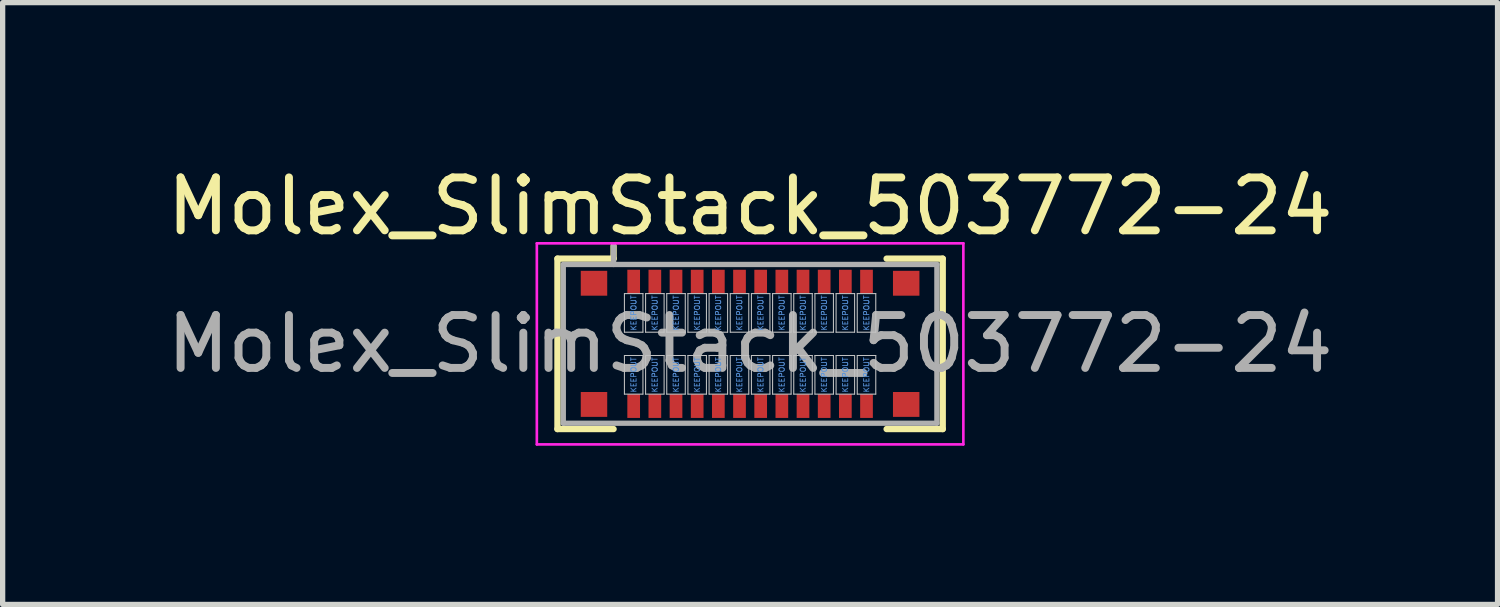
<source format=kicad_pcb>
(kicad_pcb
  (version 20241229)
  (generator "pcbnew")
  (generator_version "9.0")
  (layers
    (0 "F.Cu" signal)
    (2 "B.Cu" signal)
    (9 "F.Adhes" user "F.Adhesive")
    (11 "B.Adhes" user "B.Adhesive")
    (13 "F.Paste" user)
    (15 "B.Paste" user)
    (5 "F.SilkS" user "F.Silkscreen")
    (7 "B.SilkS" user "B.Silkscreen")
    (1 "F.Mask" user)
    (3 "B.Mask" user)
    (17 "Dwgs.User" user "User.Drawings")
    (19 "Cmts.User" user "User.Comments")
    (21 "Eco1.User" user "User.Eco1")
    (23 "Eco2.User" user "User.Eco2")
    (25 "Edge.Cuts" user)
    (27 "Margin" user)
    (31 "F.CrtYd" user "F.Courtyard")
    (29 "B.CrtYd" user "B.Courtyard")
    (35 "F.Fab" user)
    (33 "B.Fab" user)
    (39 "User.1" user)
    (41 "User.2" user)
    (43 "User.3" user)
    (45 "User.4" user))
  (footprint "Molex_SlimStack_503772-24"
    (layer "F.Cu")
    (at 11.125 3.448)
    (property "Reference" "Molex_SlimStack_503772-24" (at 0 -2.6 0) (layer "F.SilkS") (effects (font (size 1 1) (thickness 0.15))))
    (attr smd)
    (fp_line (start -3.64 -1.61) (end -2.58 -1.61) (stroke (width 0.12) (type solid)) (layer "F.SilkS"))
    (fp_line (start -3.64 1.61) (end -3.64 -1.61) (stroke (width 0.12) (type solid)) (layer "F.SilkS"))
    (fp_line (start -2.58 -1.61) (end -2.58 -1.85) (stroke (width 0.12) (type solid)) (layer "F.SilkS"))
    (fp_line (start -2.58 1.61) (end -3.64 1.61) (stroke (width 0.12) (type solid)) (layer "F.SilkS"))
    (fp_line (start 2.58 1.61) (end 3.64 1.61) (stroke (width 0.12) (type solid)) (layer "F.SilkS"))
    (fp_line (start 3.64 -1.61) (end 2.58 -1.61) (stroke (width 0.12) (type solid)) (layer "F.SilkS"))
    (fp_line (start 3.64 1.61) (end 3.64 -1.61) (stroke (width 0.12) (type solid)) (layer "F.SilkS"))
    (fp_line (start -2.375 -0.95) (end -2.375 -0.22) (stroke (width 0.02) (type solid)) (layer "Dwgs.User"))
    (fp_line (start -2.375 -0.22) (end -2.025 -0.22) (stroke (width 0.02) (type solid)) (layer "Dwgs.User"))
    (fp_line (start -2.375 0.22) (end -2.375 0.95) (stroke (width 0.02) (type solid)) (layer "Dwgs.User"))
    (fp_line (start -2.375 0.95) (end -2.025 0.95) (stroke (width 0.02) (type solid)) (layer "Dwgs.User"))
    (fp_line (start -2.025 -0.95) (end -2.375 -0.95) (stroke (width 0.02) (type solid)) (layer "Dwgs.User"))
    (fp_line (start -2.025 -0.22) (end -2.025 -0.95) (stroke (width 0.02) (type solid)) (layer "Dwgs.User"))
    (fp_line (start -2.025 0.22) (end -2.375 0.22) (stroke (width 0.02) (type solid)) (layer "Dwgs.User"))
    (fp_line (start -2.025 0.95) (end -2.025 0.22) (stroke (width 0.02) (type solid)) (layer "Dwgs.User"))
    (fp_line (start -1.975 -0.95) (end -1.975 -0.22) (stroke (width 0.02) (type solid)) (layer "Dwgs.User"))
    (fp_line (start -1.975 -0.22) (end -1.625 -0.22) (stroke (width 0.02) (type solid)) (layer "Dwgs.User"))
    (fp_line (start -1.975 0.22) (end -1.975 0.95) (stroke (width 0.02) (type solid)) (layer "Dwgs.User"))
    (fp_line (start -1.975 0.95) (end -1.625 0.95) (stroke (width 0.02) (type solid)) (layer "Dwgs.User"))
    (fp_line (start -1.625 -0.95) (end -1.975 -0.95) (stroke (width 0.02) (type solid)) (layer "Dwgs.User"))
    (fp_line (start -1.625 -0.22) (end -1.625 -0.95) (stroke (width 0.02) (type solid)) (layer "Dwgs.User"))
    (fp_line (start -1.625 0.22) (end -1.975 0.22) (stroke (width 0.02) (type solid)) (layer "Dwgs.User"))
    (fp_line (start -1.625 0.95) (end -1.625 0.22) (stroke (width 0.02) (type solid)) (layer "Dwgs.User"))
    (fp_line (start -1.575 -0.95) (end -1.575 -0.22) (stroke (width 0.02) (type solid)) (layer "Dwgs.User"))
    (fp_line (start -1.575 -0.22) (end -1.225 -0.22) (stroke (width 0.02) (type solid)) (layer "Dwgs.User"))
    (fp_line (start -1.575 0.22) (end -1.575 0.95) (stroke (width 0.02) (type solid)) (layer "Dwgs.User"))
    (fp_line (start -1.575 0.95) (end -1.225 0.95) (stroke (width 0.02) (type solid)) (layer "Dwgs.User"))
    (fp_line (start -1.225 -0.95) (end -1.575 -0.95) (stroke (width 0.02) (type solid)) (layer "Dwgs.User"))
    (fp_line (start -1.225 -0.22) (end -1.225 -0.95) (stroke (width 0.02) (type solid)) (layer "Dwgs.User"))
    (fp_line (start -1.225 0.22) (end -1.575 0.22) (stroke (width 0.02) (type solid)) (layer "Dwgs.User"))
    (fp_line (start -1.225 0.95) (end -1.225 0.22) (stroke (width 0.02) (type solid)) (layer "Dwgs.User"))
    (fp_line (start -1.175 -0.95) (end -1.175 -0.22) (stroke (width 0.02) (type solid)) (layer "Dwgs.User"))
    (fp_line (start -1.175 -0.22) (end -0.825 -0.22) (stroke (width 0.02) (type solid)) (layer "Dwgs.User"))
    (fp_line (start -1.175 0.22) (end -1.175 0.95) (stroke (width 0.02) (type solid)) (layer "Dwgs.User"))
    (fp_line (start -1.175 0.95) (end -0.825 0.95) (stroke (width 0.02) (type solid)) (layer "Dwgs.User"))
    (fp_line (start -0.825 -0.95) (end -1.175 -0.95) (stroke (width 0.02) (type solid)) (layer "Dwgs.User"))
    (fp_line (start -0.825 -0.22) (end -0.825 -0.95) (stroke (width 0.02) (type solid)) (layer "Dwgs.User"))
    (fp_line (start -0.825 0.22) (end -1.175 0.22) (stroke (width 0.02) (type solid)) (layer "Dwgs.User"))
    (fp_line (start -0.825 0.95) (end -0.825 0.22) (stroke (width 0.02) (type solid)) (layer "Dwgs.User"))
    (fp_line (start -0.775 -0.95) (end -0.775 -0.22) (stroke (width 0.02) (type solid)) (layer "Dwgs.User"))
    (fp_line (start -0.775 -0.22) (end -0.425 -0.22) (stroke (width 0.02) (type solid)) (layer "Dwgs.User"))
    (fp_line (start -0.775 0.22) (end -0.775 0.95) (stroke (width 0.02) (type solid)) (layer "Dwgs.User"))
    (fp_line (start -0.775 0.95) (end -0.425 0.95) (stroke (width 0.02) (type solid)) (layer "Dwgs.User"))
    (fp_line (start -0.425 -0.95) (end -0.775 -0.95) (stroke (width 0.02) (type solid)) (layer "Dwgs.User"))
    (fp_line (start -0.425 -0.22) (end -0.425 -0.95) (stroke (width 0.02) (type solid)) (layer "Dwgs.User"))
    (fp_line (start -0.425 0.22) (end -0.775 0.22) (stroke (width 0.02) (type solid)) (layer "Dwgs.User"))
    (fp_line (start -0.425 0.95) (end -0.425 0.22) (stroke (width 0.02) (type solid)) (layer "Dwgs.User"))
    (fp_line (start -0.375 -0.95) (end -0.375 -0.22) (stroke (width 0.02) (type solid)) (layer "Dwgs.User"))
    (fp_line (start -0.375 -0.22) (end -0.025 -0.22) (stroke (width 0.02) (type solid)) (layer "Dwgs.User"))
    (fp_line (start -0.375 0.22) (end -0.375 0.95) (stroke (width 0.02) (type solid)) (layer "Dwgs.User"))
    (fp_line (start -0.375 0.95) (end -0.025 0.95) (stroke (width 0.02) (type solid)) (layer "Dwgs.User"))
    (fp_line (start -0.025 -0.95) (end -0.375 -0.95) (stroke (width 0.02) (type solid)) (layer "Dwgs.User"))
    (fp_line (start -0.025 -0.22) (end -0.025 -0.95) (stroke (width 0.02) (type solid)) (layer "Dwgs.User"))
    (fp_line (start -0.025 0.22) (end -0.375 0.22) (stroke (width 0.02) (type solid)) (layer "Dwgs.User"))
    (fp_line (start -0.025 0.95) (end -0.025 0.22) (stroke (width 0.02) (type solid)) (layer "Dwgs.User"))
    (fp_line (start 0.025 -0.95) (end 0.025 -0.22) (stroke (width 0.02) (type solid)) (layer "Dwgs.User"))
    (fp_line (start 0.025 -0.22) (end 0.375 -0.22) (stroke (width 0.02) (type solid)) (layer "Dwgs.User"))
    (fp_line (start 0.025 0.22) (end 0.025 0.95) (stroke (width 0.02) (type solid)) (layer "Dwgs.User"))
    (fp_line (start 0.025 0.95) (end 0.375 0.95) (stroke (width 0.02) (type solid)) (layer "Dwgs.User"))
    (fp_line (start 0.375 -0.95) (end 0.025 -0.95) (stroke (width 0.02) (type solid)) (layer "Dwgs.User"))
    (fp_line (start 0.375 -0.22) (end 0.375 -0.95) (stroke (width 0.02) (type solid)) (layer "Dwgs.User"))
    (fp_line (start 0.375 0.22) (end 0.025 0.22) (stroke (width 0.02) (type solid)) (layer "Dwgs.User"))
    (fp_line (start 0.375 0.95) (end 0.375 0.22) (stroke (width 0.02) (type solid)) (layer "Dwgs.User"))
    (fp_line (start 0.425 -0.95) (end 0.425 -0.22) (stroke (width 0.02) (type solid)) (layer "Dwgs.User"))
    (fp_line (start 0.425 -0.22) (end 0.775 -0.22) (stroke (width 0.02) (type solid)) (layer "Dwgs.User"))
    (fp_line (start 0.425 0.22) (end 0.425 0.95) (stroke (width 0.02) (type solid)) (layer "Dwgs.User"))
    (fp_line (start 0.425 0.95) (end 0.775 0.95) (stroke (width 0.02) (type solid)) (layer "Dwgs.User"))
    (fp_line (start 0.775 -0.95) (end 0.425 -0.95) (stroke (width 0.02) (type solid)) (layer "Dwgs.User"))
    (fp_line (start 0.775 -0.22) (end 0.775 -0.95) (stroke (width 0.02) (type solid)) (layer "Dwgs.User"))
    (fp_line (start 0.775 0.22) (end 0.425 0.22) (stroke (width 0.02) (type solid)) (layer "Dwgs.User"))
    (fp_line (start 0.775 0.95) (end 0.775 0.22) (stroke (width 0.02) (type solid)) (layer "Dwgs.User"))
    (fp_line (start 0.825 -0.95) (end 0.825 -0.22) (stroke (width 0.02) (type solid)) (layer "Dwgs.User"))
    (fp_line (start 0.825 -0.22) (end 1.175 -0.22) (stroke (width 0.02) (type solid)) (layer "Dwgs.User"))
    (fp_line (start 0.825 0.22) (end 0.825 0.95) (stroke (width 0.02) (type solid)) (layer "Dwgs.User"))
    (fp_line (start 0.825 0.95) (end 1.175 0.95) (stroke (width 0.02) (type solid)) (layer "Dwgs.User"))
    (fp_line (start 1.175 -0.95) (end 0.825 -0.95) (stroke (width 0.02) (type solid)) (layer "Dwgs.User"))
    (fp_line (start 1.175 -0.22) (end 1.175 -0.95) (stroke (width 0.02) (type solid)) (layer "Dwgs.User"))
    (fp_line (start 1.175 0.22) (end 0.825 0.22) (stroke (width 0.02) (type solid)) (layer "Dwgs.User"))
    (fp_line (start 1.175 0.95) (end 1.175 0.22) (stroke (width 0.02) (type solid)) (layer "Dwgs.User"))
    (fp_line (start 1.225 -0.95) (end 1.225 -0.22) (stroke (width 0.02) (type solid)) (layer "Dwgs.User"))
    (fp_line (start 1.225 -0.22) (end 1.575 -0.22) (stroke (width 0.02) (type solid)) (layer "Dwgs.User"))
    (fp_line (start 1.225 0.22) (end 1.225 0.95) (stroke (width 0.02) (type solid)) (layer "Dwgs.User"))
    (fp_line (start 1.225 0.95) (end 1.575 0.95) (stroke (width 0.02) (type solid)) (layer "Dwgs.User"))
    (fp_line (start 1.575 -0.95) (end 1.225 -0.95) (stroke (width 0.02) (type solid)) (layer "Dwgs.User"))
    (fp_line (start 1.575 -0.22) (end 1.575 -0.95) (stroke (width 0.02) (type solid)) (layer "Dwgs.User"))
    (fp_line (start 1.575 0.22) (end 1.225 0.22) (stroke (width 0.02) (type solid)) (layer "Dwgs.User"))
    (fp_line (start 1.575 0.95) (end 1.575 0.22) (stroke (width 0.02) (type solid)) (layer "Dwgs.User"))
    (fp_line (start 1.625 -0.95) (end 1.625 -0.22) (stroke (width 0.02) (type solid)) (layer "Dwgs.User"))
    (fp_line (start 1.625 -0.22) (end 1.975 -0.22) (stroke (width 0.02) (type solid)) (layer "Dwgs.User"))
    (fp_line (start 1.625 0.22) (end 1.625 0.95) (stroke (width 0.02) (type solid)) (layer "Dwgs.User"))
    (fp_line (start 1.625 0.95) (end 1.975 0.95) (stroke (width 0.02) (type solid)) (layer "Dwgs.User"))
    (fp_line (start 1.975 -0.95) (end 1.625 -0.95) (stroke (width 0.02) (type solid)) (layer "Dwgs.User"))
    (fp_line (start 1.975 -0.22) (end 1.975 -0.95) (stroke (width 0.02) (type solid)) (layer "Dwgs.User"))
    (fp_line (start 1.975 0.22) (end 1.625 0.22) (stroke (width 0.02) (type solid)) (layer "Dwgs.User"))
    (fp_line (start 1.975 0.95) (end 1.975 0.22) (stroke (width 0.02) (type solid)) (layer "Dwgs.User"))
    (fp_line (start 2.025 -0.95) (end 2.025 -0.22) (stroke (width 0.02) (type solid)) (layer "Dwgs.User"))
    (fp_line (start 2.025 -0.22) (end 2.375 -0.22) (stroke (width 0.02) (type solid)) (layer "Dwgs.User"))
    (fp_line (start 2.025 0.22) (end 2.025 0.95) (stroke (width 0.02) (type solid)) (layer "Dwgs.User"))
    (fp_line (start 2.025 0.95) (end 2.375 0.95) (stroke (width 0.02) (type solid)) (layer "Dwgs.User"))
    (fp_line (start 2.375 -0.95) (end 2.025 -0.95) (stroke (width 0.02) (type solid)) (layer "Dwgs.User"))
    (fp_line (start 2.375 -0.22) (end 2.375 -0.95) (stroke (width 0.02) (type solid)) (layer "Dwgs.User"))
    (fp_line (start 2.375 0.22) (end 2.025 0.22) (stroke (width 0.02) (type solid)) (layer "Dwgs.User"))
    (fp_line (start 2.375 0.95) (end 2.375 0.22) (stroke (width 0.02) (type solid)) (layer "Dwgs.User"))
    (fp_line (start -4.03 -1.9) (end -4.03 1.9) (stroke (width 0.05) (type solid)) (layer "F.CrtYd"))
    (fp_line (start -4.03 1.9) (end 4.03 1.9) (stroke (width 0.05) (type solid)) (layer "F.CrtYd"))
    (fp_line (start 4.03 -1.9) (end -4.03 -1.9) (stroke (width 0.05) (type solid)) (layer "F.CrtYd"))
    (fp_line (start 4.03 1.9) (end 4.03 -1.9) (stroke (width 0.05) (type solid)) (layer "F.CrtYd"))
    (fp_line (start -3.53 -1.5) (end -3.53 1.5) (stroke (width 0.1) (type solid)) (layer "F.Fab"))
    (fp_line (start -3.53 1.5) (end 3.53 1.5) (stroke (width 0.1) (type solid)) (layer "F.Fab"))
    (fp_line (start -2.58 -1.5) (end -2.58 -1.85) (stroke (width 0.1) (type solid)) (layer "F.Fab"))
    (fp_line (start 3.53 -1.5) (end -3.53 -1.5) (stroke (width 0.1) (type solid)) (layer "F.Fab"))
    (fp_line (start 3.53 1.5) (end 3.53 -1.5) (stroke (width 0.1) (type solid)) (layer "F.Fab"))
    (fp_text user "KEEPOUT" (at -2.2 0.585 90) (layer "Cmts.User") (effects (font (size 0.1 0.1) (thickness 0.015))))
    (fp_text user "KEEPOUT" (at 1.4 -0.585 90) (layer "Cmts.User") (effects (font (size 0.1 0.1) (thickness 0.015))))
    (fp_text user "KEEPOUT" (at 0.2 -0.585 90) (layer "Cmts.User") (effects (font (size 0.1 0.1) (thickness 0.015))))
    (fp_text user "KEEPOUT" (at 0.6 -0.585 90) (layer "Cmts.User") (effects (font (size 0.1 0.1) (thickness 0.015))))
    (fp_text user "KEEPOUT" (at 1.8 0.585 90) (layer "Cmts.User") (effects (font (size 0.1 0.1) (thickness 0.015))))
    (fp_text user "KEEPOUT" (at -1.4 0.585 90) (layer "Cmts.User") (effects (font (size 0.1 0.1) (thickness 0.015))))
    (fp_text user "KEEPOUT" (at -1 -0.585 90) (layer "Cmts.User") (effects (font (size 0.1 0.1) (thickness 0.015))))
    (fp_text user "KEEPOUT" (at -0.2 0.585 90) (layer "Cmts.User") (effects (font (size 0.1 0.1) (thickness 0.015))))
    (fp_text user "KEEPOUT" (at 0.6 0.585 90) (layer "Cmts.User") (effects (font (size 0.1 0.1) (thickness 0.015))))
    (fp_text user "KEEPOUT" (at -1.8 -0.585 90) (layer "Cmts.User") (effects (font (size 0.1 0.1) (thickness 0.015))))
    (fp_text user "KEEPOUT" (at -1.4 -0.585 90) (layer "Cmts.User") (effects (font (size 0.1 0.1) (thickness 0.015))))
    (fp_text user "KEEPOUT" (at -0.2 -0.585 90) (layer "Cmts.User") (effects (font (size 0.1 0.1) (thickness 0.015))))
    (fp_text user "KEEPOUT" (at 0.2 0.585 90) (layer "Cmts.User") (effects (font (size 0.1 0.1) (thickness 0.015))))
    (fp_text user "KEEPOUT" (at 1.8 -0.585 90) (layer "Cmts.User") (effects (font (size 0.1 0.1) (thickness 0.015))))
    (fp_text user "KEEPOUT" (at -0.6 -0.585 90) (layer "Cmts.User") (effects (font (size 0.1 0.1) (thickness 0.015))))
    (fp_text user "KEEPOUT" (at -1 0.585 90) (layer "Cmts.User") (effects (font (size 0.1 0.1) (thickness 0.015))))
    (fp_text user "KEEPOUT" (at -0.6 0.585 90) (layer "Cmts.User") (effects (font (size 0.1 0.1) (thickness 0.015))))
    (fp_text user "KEEPOUT" (at 1.4 0.585 90) (layer "Cmts.User") (effects (font (size 0.1 0.1) (thickness 0.015))))
    (fp_text user "KEEPOUT" (at 2.2 -0.585 90) (layer "Cmts.User") (effects (font (size 0.1 0.1) (thickness 0.015))))
    (fp_text user "KEEPOUT" (at 1 -0.585 90) (layer "Cmts.User") (effects (font (size 0.1 0.1) (thickness 0.015))))
    (fp_text user "KEEPOUT" (at 1 0.585 90) (layer "Cmts.User") (effects (font (size 0.1 0.1) (thickness 0.015))))
    (fp_text user "KEEPOUT" (at -1.8 0.585 90) (layer "Cmts.User") (effects (font (size 0.1 0.1) (thickness 0.015))))
    (fp_text user "KEEPOUT" (at 2.2 0.585 90) (layer "Cmts.User") (effects (font (size 0.1 0.1) (thickness 0.015))))
    (fp_text user "KEEPOUT" (at -2.2 -0.585 90) (layer "Cmts.User") (effects (font (size 0.1 0.1) (thickness 0.015))))
    (fp_text user "${REFERENCE}" (at 0 0 0) (layer "F.Fab") (effects (font (size 1 1) (thickness 0.15))))
    (pad "1" smd rect (at -2.2 -1.175) (size 0.24 0.45) (layers "F.Cu" "F.Mask" "F.Paste"))
    (pad "2" smd rect (at -2.2 1.175) (size 0.24 0.45) (layers "F.Cu" "F.Mask" "F.Paste"))
    (pad "3" smd rect (at -1.8 -1.175) (size 0.24 0.45) (layers "F.Cu" "F.Mask" "F.Paste"))
    (pad "4" smd rect (at -1.8 1.175) (size 0.24 0.45) (layers "F.Cu" "F.Mask" "F.Paste"))
    (pad "5" smd rect (at -1.4 -1.175) (size 0.24 0.45) (layers "F.Cu" "F.Mask" "F.Paste"))
    (pad "6" smd rect (at -1.4 1.175) (size 0.24 0.45) (layers "F.Cu" "F.Mask" "F.Paste"))
    (pad "7" smd rect (at -1 -1.175) (size 0.24 0.45) (layers "F.Cu" "F.Mask" "F.Paste"))
    (pad "8" smd rect (at -1 1.175) (size 0.24 0.45) (layers "F.Cu" "F.Mask" "F.Paste"))
    (pad "9" smd rect (at -0.6 -1.175) (size 0.24 0.45) (layers "F.Cu" "F.Mask" "F.Paste"))
    (pad "10" smd rect (at -0.6 1.175) (size 0.24 0.45) (layers "F.Cu" "F.Mask" "F.Paste"))
    (pad "11" smd rect (at -0.2 -1.175) (size 0.24 0.45) (layers "F.Cu" "F.Mask" "F.Paste"))
    (pad "12" smd rect (at -0.2 1.175) (size 0.24 0.45) (layers "F.Cu" "F.Mask" "F.Paste"))
    (pad "13" smd rect (at 0.2 -1.175) (size 0.24 0.45) (layers "F.Cu" "F.Mask" "F.Paste"))
    (pad "14" smd rect (at 0.2 1.175) (size 0.24 0.45) (layers "F.Cu" "F.Mask" "F.Paste"))
    (pad "15" smd rect (at 0.6 -1.175) (size 0.24 0.45) (layers "F.Cu" "F.Mask" "F.Paste"))
    (pad "16" smd rect (at 0.6 1.175) (size 0.24 0.45) (layers "F.Cu" "F.Mask" "F.Paste"))
    (pad "17" smd rect (at 1 -1.175) (size 0.24 0.45) (layers "F.Cu" "F.Mask" "F.Paste"))
    (pad "18" smd rect (at 1 1.175) (size 0.24 0.45) (layers "F.Cu" "F.Mask" "F.Paste"))
    (pad "19" smd rect (at 1.4 -1.175) (size 0.24 0.45) (layers "F.Cu" "F.Mask" "F.Paste"))
    (pad "20" smd rect (at 1.4 1.175) (size 0.24 0.45) (layers "F.Cu" "F.Mask" "F.Paste"))
    (pad "21" smd rect (at 1.8 -1.175) (size 0.24 0.45) (layers "F.Cu" "F.Mask" "F.Paste"))
    (pad "22" smd rect (at 1.8 1.175) (size 0.24 0.45) (layers "F.Cu" "F.Mask" "F.Paste"))
    (pad "23" smd rect (at 2.2 -1.175) (size 0.24 0.45) (layers "F.Cu" "F.Mask" "F.Paste"))
    (pad "24" smd rect (at 2.2 1.175) (size 0.24 0.45) (layers "F.Cu" "F.Mask" "F.Paste"))
    (pad "MP" smd rect (at -2.95 -1.145) (size 0.5 0.47) (layers "F.Cu" "F.Mask" "F.Paste"))
    (pad "MP" smd rect (at -2.95 1.145) (size 0.5 0.47) (layers "F.Cu" "F.Mask" "F.Paste"))
    (pad "MP" smd rect (at 2.95 -1.145) (size 0.5 0.47) (layers "F.Cu" "F.Mask" "F.Paste"))
    (pad "MP" smd rect (at 2.95 1.145) (size 0.5 0.47) (layers "F.Cu" "F.Mask" "F.Paste")))
  (gr_rect
    (start -3 -3)
    (end 25.25 8.373)
    (stroke (width 0.1) (type default))
    (fill no)
    (layer "Edge.Cuts")))
</source>
